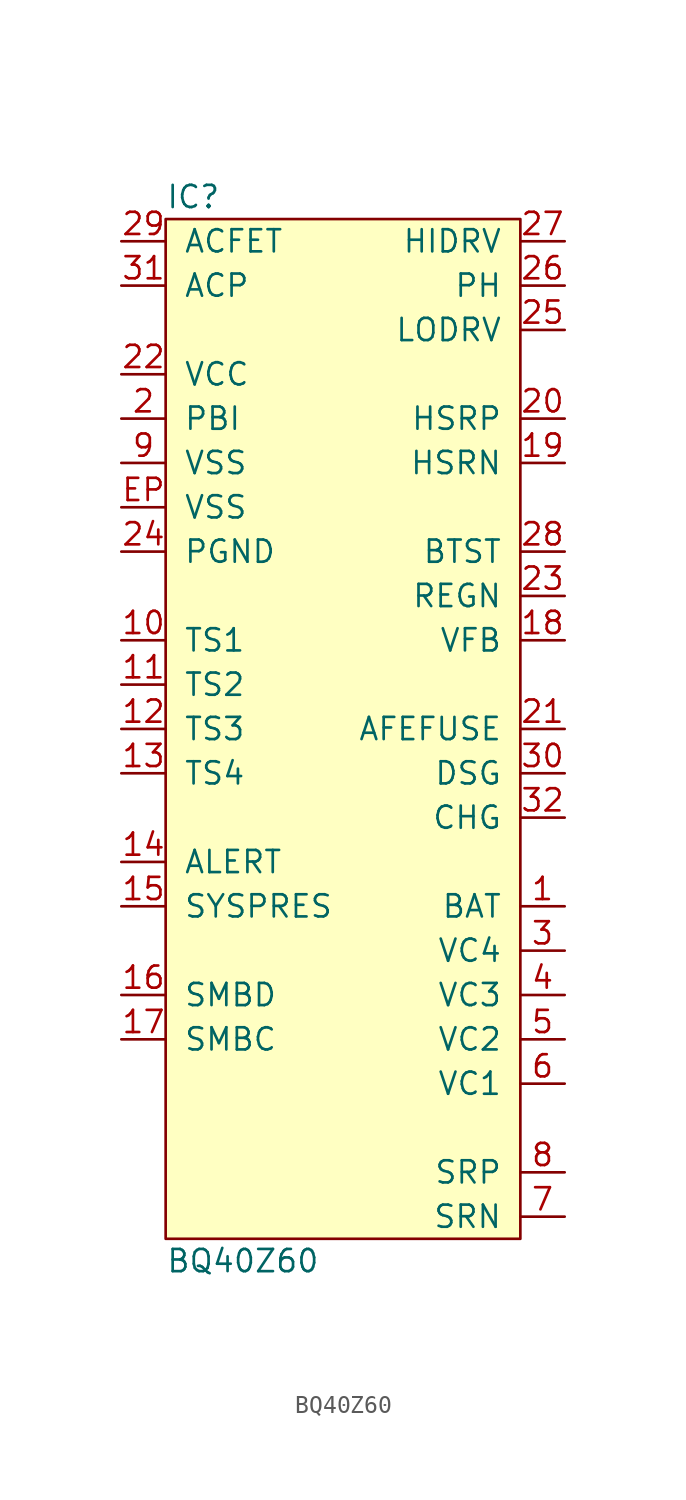
<source format=kicad_sym>
(kicad_symbol_lib
  (version 20211014)
  (generator agg_kicad.build_lib_ic)
  (symbol "BQ40Z60"
    (pin_names
      (offset 1.016))
    (property Reference IC
      (at -10.16 30.48 0)
      (effects (font (size 1.27 1.27)) (justify left)))
    (property Value "BQ40Z60"
      (at -10.16 -30.48 0)
      (effects (font (size 1.27 1.27)) (justify left)))
    (symbol "BQ40Z60_0_0"
      (rectangle (start -10.16 29.21) (end 10.16 -29.21) (stroke (width 0) (type default) (color 0 0 0 0)) (fill (type background)))
      (pin output line (at -12.7 27.94 0) (length 2.54) (name ACFET (effects (font (size 1.27 1.27)))) (number "29" (effects (font (size 1.27 1.27)))))
      (pin input line (at -12.7 25.4 0) (length 2.54) (name ACP (effects (font (size 1.27 1.27)))) (number "31" (effects (font (size 1.27 1.27)))))
      (pin power_in line (at -12.7 20.32 0) (length 2.54) (name VCC (effects (font (size 1.27 1.27)))) (number "22" (effects (font (size 1.27 1.27)))))
      (pin passive line (at -12.7 17.78 0) (length 2.54) (name PBI (effects (font (size 1.27 1.27)))) (number "2" (effects (font (size 1.27 1.27)))))
      (pin power_in line (at -12.7 15.24 0) (length 2.54) (name VSS (effects (font (size 1.27 1.27)))) (number "9" (effects (font (size 1.27 1.27)))))
      (pin power_in line (at -12.7 12.7 0) (length 2.54) (name VSS (effects (font (size 1.27 1.27)))) (number EP (effects (font (size 1.27 1.27)))))
      (pin power_in line (at -12.7 10.16 0) (length 2.54) (name PGND (effects (font (size 1.27 1.27)))) (number "24" (effects (font (size 1.27 1.27)))))
      (pin input line (at -12.7 5.08 0) (length 2.54) (name "TS1" (effects (font (size 1.27 1.27)))) (number "10" (effects (font (size 1.27 1.27)))))
      (pin input line (at -12.7 2.54 0) (length 2.54) (name "TS2" (effects (font (size 1.27 1.27)))) (number "11" (effects (font (size 1.27 1.27)))))
      (pin input line (at -12.7 0 0) (length 2.54) (name "TS3" (effects (font (size 1.27 1.27)))) (number "12" (effects (font (size 1.27 1.27)))))
      (pin input line (at -12.7 -2.54 0) (length 2.54) (name "TS4" (effects (font (size 1.27 1.27)))) (number "13" (effects (font (size 1.27 1.27)))))
      (pin open_collector line (at -12.7 -7.62 0) (length 2.54) (name ALERT (effects (font (size 1.27 1.27)))) (number "14" (effects (font (size 1.27 1.27)))))
      (pin input line (at -12.7 -10.16 0) (length 2.54) (name SYSPRES (effects (font (size 1.27 1.27)))) (number "15" (effects (font (size 1.27 1.27)))))
      (pin open_collector line (at -12.7 -15.24 0) (length 2.54) (name SMBD (effects (font (size 1.27 1.27)))) (number "16" (effects (font (size 1.27 1.27)))))
      (pin open_collector line (at -12.7 -17.78 0) (length 2.54) (name SMBC (effects (font (size 1.27 1.27)))) (number "17" (effects (font (size 1.27 1.27)))))
      (pin output line (at 12.7 27.94 180) (length 2.54) (name HIDRV (effects (font (size 1.27 1.27)))) (number "27" (effects (font (size 1.27 1.27)))))
      (pin input line (at 12.7 25.4 180) (length 2.54) (name PH (effects (font (size 1.27 1.27)))) (number "26" (effects (font (size 1.27 1.27)))))
      (pin output line (at 12.7 22.86 180) (length 2.54) (name LODRV (effects (font (size 1.27 1.27)))) (number "25" (effects (font (size 1.27 1.27)))))
      (pin input line (at 12.7 17.78 180) (length 2.54) (name HSRP (effects (font (size 1.27 1.27)))) (number "20" (effects (font (size 1.27 1.27)))))
      (pin input line (at 12.7 15.24 180) (length 2.54) (name HSRN (effects (font (size 1.27 1.27)))) (number "19" (effects (font (size 1.27 1.27)))))
      (pin passive line (at 12.7 10.16 180) (length 2.54) (name BTST (effects (font (size 1.27 1.27)))) (number "28" (effects (font (size 1.27 1.27)))))
      (pin output line (at 12.7 7.62 180) (length 2.54) (name REGN (effects (font (size 1.27 1.27)))) (number "23" (effects (font (size 1.27 1.27)))))
      (pin input line (at 12.7 5.08 180) (length 2.54) (name VFB (effects (font (size 1.27 1.27)))) (number "18" (effects (font (size 1.27 1.27)))))
      (pin output line (at 12.7 0 180) (length 2.54) (name AFEFUSE (effects (font (size 1.27 1.27)))) (number "21" (effects (font (size 1.27 1.27)))))
      (pin output line (at 12.7 -2.54 180) (length 2.54) (name DSG (effects (font (size 1.27 1.27)))) (number "30" (effects (font (size 1.27 1.27)))))
      (pin output line (at 12.7 -5.08 180) (length 2.54) (name CHG (effects (font (size 1.27 1.27)))) (number "32" (effects (font (size 1.27 1.27)))))
      (pin power_in line (at 12.7 -10.16 180) (length 2.54) (name BAT (effects (font (size 1.27 1.27)))) (number "1" (effects (font (size 1.27 1.27)))))
      (pin input line (at 12.7 -12.7 180) (length 2.54) (name "VC4" (effects (font (size 1.27 1.27)))) (number "3" (effects (font (size 1.27 1.27)))))
      (pin input line (at 12.7 -15.24 180) (length 2.54) (name "VC3" (effects (font (size 1.27 1.27)))) (number "4" (effects (font (size 1.27 1.27)))))
      (pin input line (at 12.7 -17.78 180) (length 2.54) (name "VC2" (effects (font (size 1.27 1.27)))) (number "5" (effects (font (size 1.27 1.27)))))
      (pin input line (at 12.7 -20.32 180) (length 2.54) (name "VC1" (effects (font (size 1.27 1.27)))) (number "6" (effects (font (size 1.27 1.27)))))
      (pin input line (at 12.7 -25.4 180) (length 2.54) (name SRP (effects (font (size 1.27 1.27)))) (number "8" (effects (font (size 1.27 1.27)))))
      (pin input line (at 12.7 -27.94 180) (length 2.54) (name SRN (effects (font (size 1.27 1.27)))) (number "7" (effects (font (size 1.27 1.27))))))))
</source>
